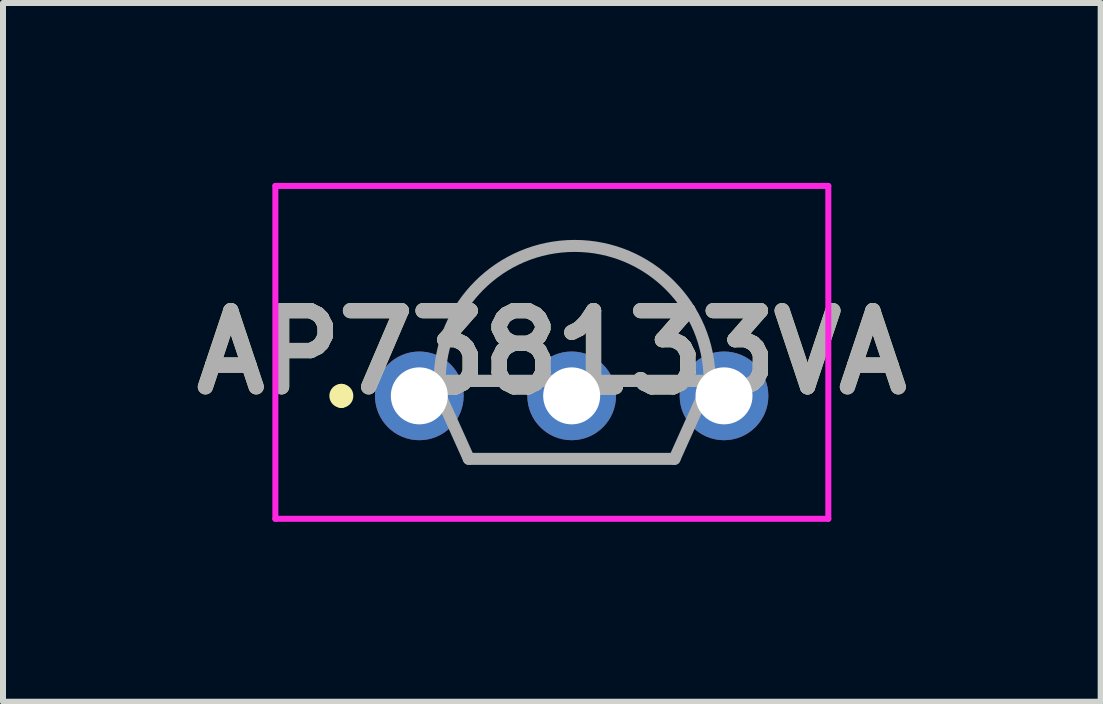
<source format=kicad_pcb>
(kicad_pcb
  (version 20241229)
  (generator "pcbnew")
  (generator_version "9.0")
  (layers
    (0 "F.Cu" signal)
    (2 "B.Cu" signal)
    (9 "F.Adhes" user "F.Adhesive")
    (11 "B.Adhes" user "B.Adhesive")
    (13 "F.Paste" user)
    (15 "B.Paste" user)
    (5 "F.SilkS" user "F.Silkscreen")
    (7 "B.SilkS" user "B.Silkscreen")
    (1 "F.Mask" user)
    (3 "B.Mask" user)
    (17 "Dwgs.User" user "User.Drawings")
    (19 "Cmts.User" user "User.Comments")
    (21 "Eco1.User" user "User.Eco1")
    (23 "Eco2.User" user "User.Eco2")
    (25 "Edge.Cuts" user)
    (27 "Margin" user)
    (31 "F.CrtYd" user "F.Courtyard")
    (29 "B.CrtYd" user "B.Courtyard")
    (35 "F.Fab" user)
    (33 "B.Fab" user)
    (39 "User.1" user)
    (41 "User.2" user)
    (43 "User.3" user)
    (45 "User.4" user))
  (footprint "AP738133VA"
    (layer "F.Cu")
    (at 3.941 3.55)
    (property "Reference" "AP738133VA" (at 2.209 -0.725 0) (layer "F.SilkS") (effects (font (size 1.27 1.27) (thickness 0.254))))
    (attr through_hole)
    (fp_line (start -1.3 -0.1) (end -1.3 -0.1) (stroke (width 0.2) (type solid)) (layer "F.SilkS"))
    (fp_line (start -1.3 0.1) (end -1.3 0.1) (stroke (width 0.2) (type solid)) (layer "F.SilkS"))
    (fp_arc (start -1.3 -0.1) (mid -1.2 0) (end -1.3 0.1) (stroke (width 0.2) (type solid)) (layer "F.SilkS"))
    (fp_arc (start -1.3 0.1) (mid -1.4 0) (end -1.3 -0.1) (stroke (width 0.2) (type solid)) (layer "F.SilkS"))
    (fp_line (start -2.4 -3.5) (end 6.819 -3.5) (stroke (width 0.1) (type solid)) (layer "F.CrtYd"))
    (fp_line (start -2.4 2.05) (end -2.4 -3.5) (stroke (width 0.1) (type solid)) (layer "F.CrtYd"))
    (fp_line (start 6.819 -3.5) (end 6.819 2.05) (stroke (width 0.1) (type solid)) (layer "F.CrtYd"))
    (fp_line (start 6.819 2.05) (end -2.4 2.05) (stroke (width 0.1) (type solid)) (layer "F.CrtYd"))
    (fp_line (start 0.24 -0.25) (end 4.84 -0.25) (stroke (width 0.2) (type solid)) (layer "F.Fab"))
    (fp_line (start 0.24 -0.25) (end 4.84 -0.25) (stroke (width 0.2) (type solid)) (layer "F.Fab"))
    (fp_line (start 0.825 1.05) (end 0.24 -0.25) (stroke (width 0.2) (type solid)) (layer "F.Fab"))
    (fp_line (start 4.255 1.05) (end 0.825 1.05) (stroke (width 0.2) (type solid)) (layer "F.Fab"))
    (fp_line (start 4.84 -0.25) (end 4.255 1.05) (stroke (width 0.2) (type solid)) (layer "F.Fab"))
    (fp_line (start 4.84 -0.25) (end 4.84 -0.25) (stroke (width 0.2) (type solid)) (layer "F.Fab"))
    (fp_arc (start 0.34 -0.25) (mid 2.59 -2.5) (end 4.84 -0.25) (stroke (width 0.2) (type solid)) (layer "F.Fab"))
    (fp_text user "${REFERENCE}" (at 2.209 -0.725 0) (layer "F.Fab") (effects (font (size 1.27 1.27) (thickness 0.254))))
    (pad "1" thru_hole circle (at 0 0) (size 1.478 1.478) (drill 0.95) (layers "*.Cu" "*.Mask"))
    (pad "2" thru_hole circle (at 2.54 0) (size 1.478 1.478) (drill 0.95) (layers "*.Cu" "*.Mask"))
    (pad "3" thru_hole circle (at 5.08 0) (size 1.478 1.478) (drill 0.95) (layers "*.Cu" "*.Mask")))
  (gr_rect
    (start -3 -3)
    (end 15.301 8.65)
    (stroke (width 0.1) (type default))
    (fill no)
    (layer "Edge.Cuts")))
</source>
